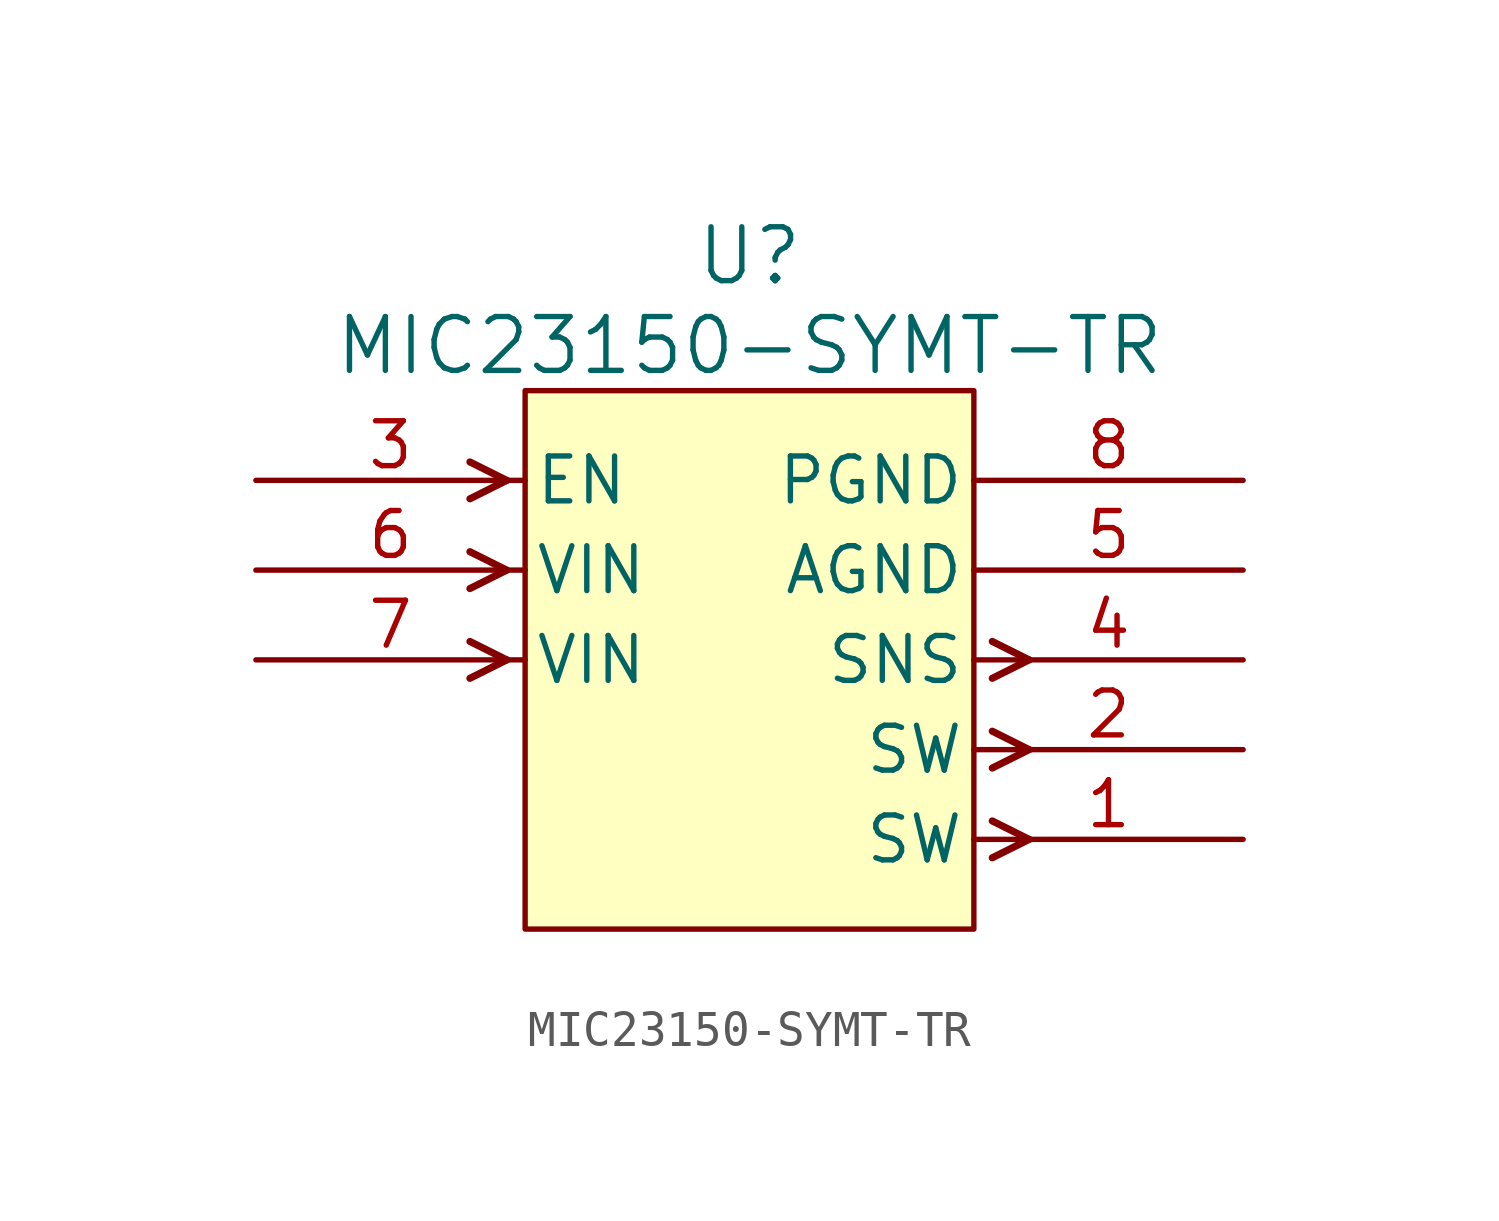
<source format=kicad_sym>
(kicad_symbol_lib
  (version 20241209)
  (generator "kicad_symbol_editor")
  (generator_version "9.0")
  (symbol "MIC23150-SYMT-TR"
    (pin_names
      (offset 0.254))
    (property "Reference" "U"
      (at 0 11.43 0)
      (effects (font (size 1.524 1.524))))
    (property "Value" "MIC23150-SYMT-TR"
      (at 0 8.89 0)
      (effects (font (size 1.524 1.524))))
    (property "ki_locked" ""
      (at 0 0 0)
      (effects (font (size 1.27 1.27))))
    (symbol "MIC23150-SYMT-TR_0_1"
      (polyline (pts (xy -6.871 5.08) (xy -7.912 5.601)) (stroke (width 0.203) (type default)) (fill (type none)))
      (polyline (pts (xy -6.871 5.08) (xy -7.912 4.559)) (stroke (width 0.203) (type default)) (fill (type none)))
      (polyline (pts (xy -6.871 2.54) (xy -7.912 3.061)) (stroke (width 0.203) (type default)) (fill (type none)))
      (polyline (pts (xy -6.871 2.54) (xy -7.912 2.019)) (stroke (width 0.203) (type default)) (fill (type none)))
      (polyline (pts (xy -6.871 0) (xy -7.912 0.521)) (stroke (width 0.203) (type default)) (fill (type none)))
      (polyline (pts (xy -6.871 0) (xy -7.912 -0.521)) (stroke (width 0.203) (type default)) (fill (type none)))
      (polyline (pts (xy 6.871 0.521) (xy 7.912 0)) (stroke (width 0.203) (type default)) (fill (type none)))
      (polyline (pts (xy 6.871 -0.521) (xy 7.912 0)) (stroke (width 0.203) (type default)) (fill (type none)))
      (polyline (pts (xy 6.871 -2.019) (xy 7.912 -2.54)) (stroke (width 0.203) (type default)) (fill (type none)))
      (polyline (pts (xy 6.871 -3.061) (xy 7.912 -2.54)) (stroke (width 0.203) (type default)) (fill (type none)))
      (polyline (pts (xy 6.871 -4.559) (xy 7.912 -5.08)) (stroke (width 0.203) (type default)) (fill (type none)))
      (polyline (pts (xy 6.871 -5.601) (xy 7.912 -5.08)) (stroke (width 0.203) (type default)) (fill (type none)))
      (pin input line (at -13.97 5.08 0) (length 7.62) (name "EN" (effects (font (size 1.27 1.27)))) (number "3" (effects (font (size 1.27 1.27)))))
      (pin input line (at -13.97 2.54 0) (length 7.62) (name "VIN" (effects (font (size 1.27 1.27)))) (number "6" (effects (font (size 1.27 1.27)))))
      (pin input line (at -13.97 0 0) (length 7.62) (name "VIN" (effects (font (size 1.27 1.27)))) (number "7" (effects (font (size 1.27 1.27)))))
      (pin power_in line (at 13.97 5.08 180) (length 7.62) (name "PGND" (effects (font (size 1.27 1.27)))) (number "8" (effects (font (size 1.27 1.27)))))
      (pin power_in line (at 13.97 2.54 180) (length 7.62) (name "AGND" (effects (font (size 1.27 1.27)))) (number "5" (effects (font (size 1.27 1.27)))))
      (pin output line (at 13.97 0 180) (length 7.62) (name "SNS" (effects (font (size 1.27 1.27)))) (number "4" (effects (font (size 1.27 1.27)))))
      (pin output line (at 13.97 -2.54 180) (length 7.62) (name "SW" (effects (font (size 1.27 1.27)))) (number "2" (effects (font (size 1.27 1.27)))))
      (pin output line (at 13.97 -5.08 180) (length 7.62) (name "SW" (effects (font (size 1.27 1.27)))) (number "1" (effects (font (size 1.27 1.27))))))
    (symbol "MIC23150-SYMT-TR_1_1"
      (rectangle (start -6.35 7.62) (end 6.35 -7.62) (stroke (width 0) (type solid)) (fill (type background))))))
</source>
